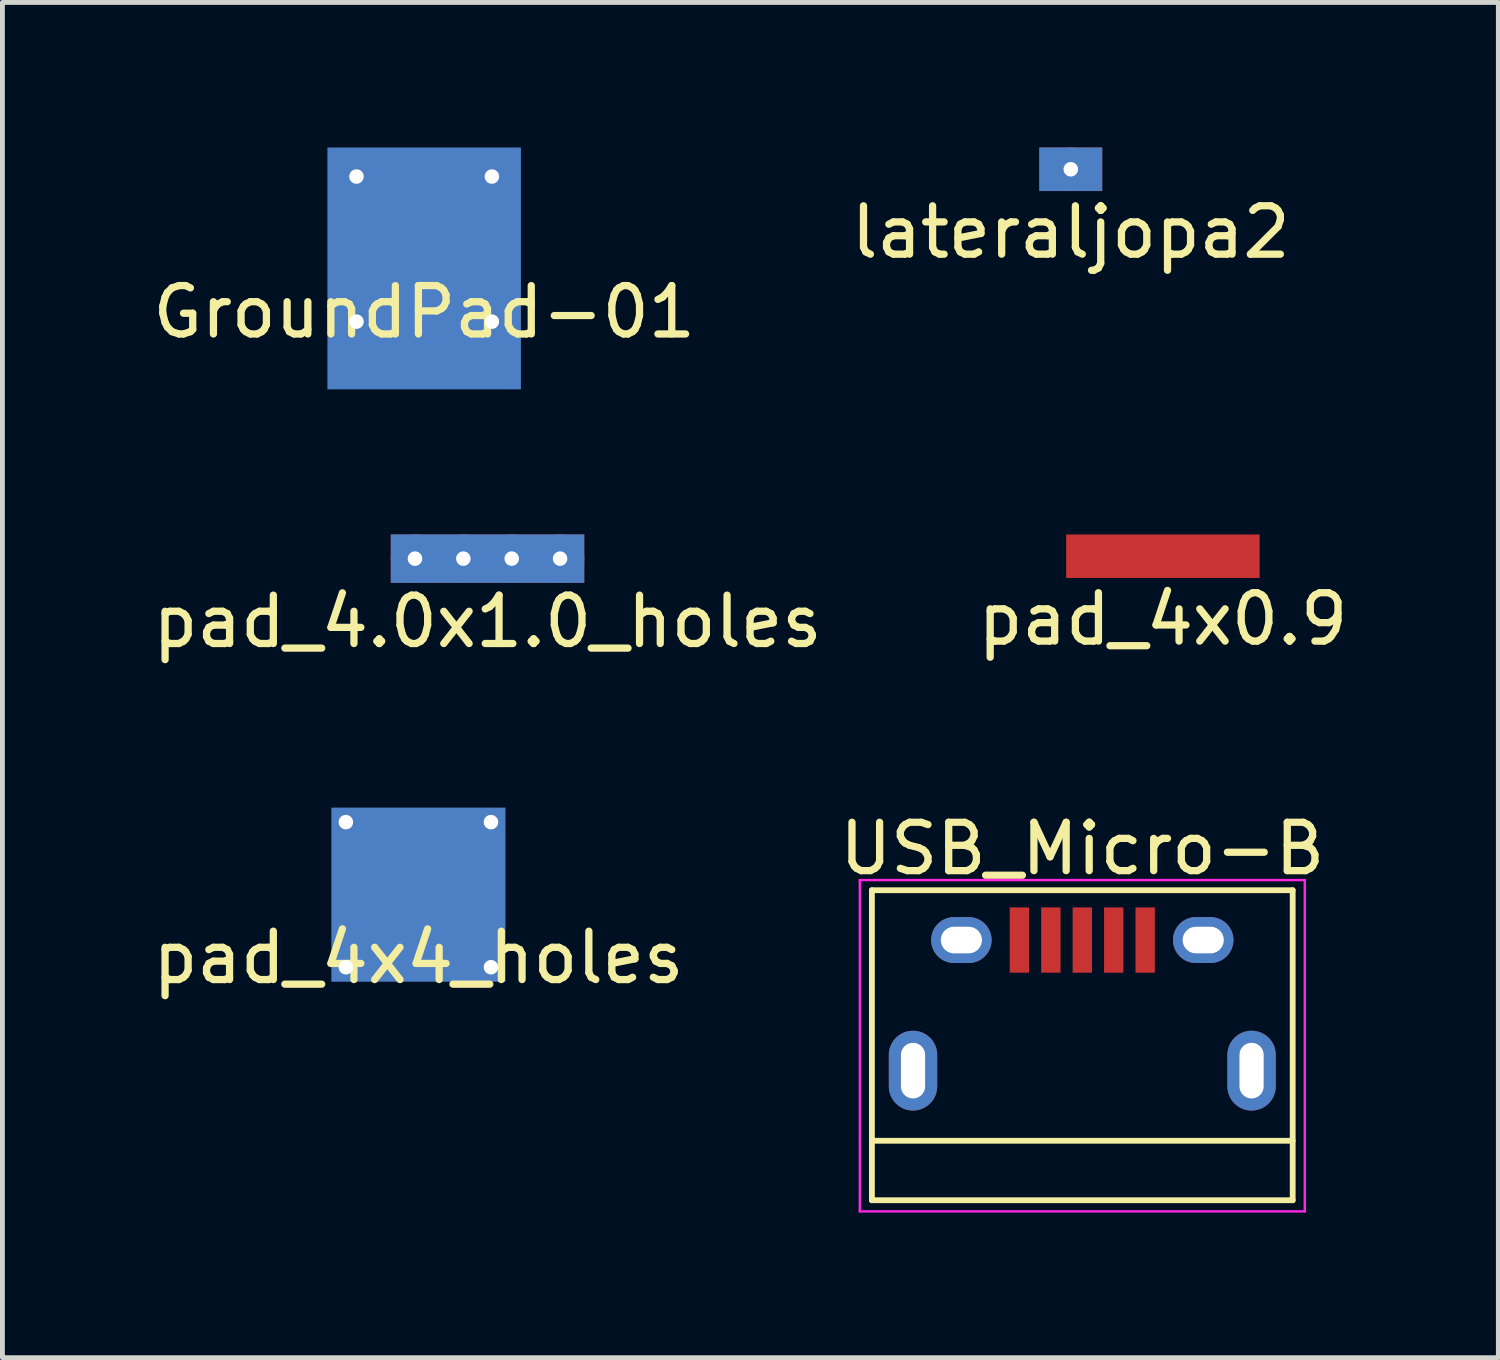
<source format=kicad_pcb>
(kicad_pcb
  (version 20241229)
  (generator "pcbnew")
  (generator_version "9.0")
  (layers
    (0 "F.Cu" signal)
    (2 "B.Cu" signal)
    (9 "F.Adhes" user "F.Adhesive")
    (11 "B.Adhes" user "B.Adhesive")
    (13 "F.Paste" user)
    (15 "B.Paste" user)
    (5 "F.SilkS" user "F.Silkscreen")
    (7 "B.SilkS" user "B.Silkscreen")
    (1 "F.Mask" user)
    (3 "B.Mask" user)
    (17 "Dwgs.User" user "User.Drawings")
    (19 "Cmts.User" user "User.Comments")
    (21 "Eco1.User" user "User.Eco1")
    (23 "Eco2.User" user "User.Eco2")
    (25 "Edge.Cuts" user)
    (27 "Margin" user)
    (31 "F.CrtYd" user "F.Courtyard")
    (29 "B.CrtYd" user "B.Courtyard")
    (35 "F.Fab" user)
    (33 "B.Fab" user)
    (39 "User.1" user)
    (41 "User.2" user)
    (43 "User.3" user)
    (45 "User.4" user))
  (footprint "GroundPad-01"
    (layer "F.Cu")
    (at 5.72 2.1)
    (property "Reference" "GroundPad-01" (at 0 1.3 0) (layer "F.SilkS") (effects (font (size 1 1) (thickness 0.15))))
    (attr through_hole)
    (pad "1" smd rect (at 0 0.4) (size 4 5) (layers "B.Cu" "B.Mask" "B.Paste"))
    (pad "2" thru_hole circle (at -1.4 -1.5) (size 1 1) (drill 0.3) (layers "*.Cu"))
    (pad "3" thru_hole circle (at 1.4 -1.5) (size 1 1) (drill 0.3) (layers "*.Cu"))
    (pad "4" thru_hole circle (at -1.4 1.5) (size 1 1) (drill 0.3) (layers "*.Cu"))
    (pad "5" thru_hole circle (at 1.4 1.5) (size 1 1) (drill 0.3) (layers "*.Cu")))
  (footprint "pad_4x4_holes"
    (layer "F.Cu")
    (at 5.601 15.448)
    (property "Reference" "pad_4x4_holes" (at 0 1.3 0) (layer "F.SilkS") (effects (font (size 1 1) (thickness 0.15))))
    (attr through_hole)
    (pad "2" smd rect (at 0 0) (size 3.6 3.6) (layers "F.Mask" "B.Cu" "F.Paste"))
    (pad "3" thru_hole circle (at -1.5 -1.5) (size 0.4 0.4) (drill 0.3) (layers "*.Cu" "*.Mask"))
    (pad "4" thru_hole circle (at 1.5 -1.5) (size 0.4 0.4) (drill 0.3) (layers "*.Cu" "*.Mask"))
    (pad "5" thru_hole circle (at -1.5 1.5) (size 0.4 0.4) (drill 0.3) (layers "*.Cu" "*.Mask"))
    (pad "6" thru_hole circle (at 1.5 1.5) (size 0.4 0.4) (drill 0.3) (layers "*.Cu" "*.Mask")))
  (footprint "lateraljopa2"
    (layer "F.Cu")
    (at 19.089 0.45)
    (property "Reference" "lateraljopa2" (at 0 1.3 0) (layer "F.SilkS") (effects (font (size 1 1) (thickness 0.15))))
    (attr through_hole)
    (pad "1" smd rect (at 0 0) (size 1.3 0.9) (layers "F.Cu" "F.Mask" "F.Paste"))
    (pad "2" smd rect (at 0 0) (size 1.3 0.9) (layers "B.Cu" "B.Mask" "F.Paste"))
    (pad "3" thru_hole circle (at 0 0) (size 0.9 0.9) (drill 0.3) (layers "*.Cu" "*.Mask")))
  (footprint "USB_Micro-B"
    (layer "F.Cu")
    (at 19.327 17.736)
    (property "Reference" "USB_Micro-B" (at 0 -3.24 0) (layer "F.SilkS") (effects (font (size 1 1) (thickness 0.15))))
    (attr smd)
    (fp_line (start -4.35 -2.38) (end 4.35 -2.38) (stroke (width 0.12) (type solid)) (layer "F.SilkS"))
    (fp_line (start -4.35 4.03) (end -4.35 -2.38) (stroke (width 0.12) (type solid)) (layer "F.SilkS"))
    (fp_line (start -4.35 4.03) (end 4.35 4.03) (stroke (width 0.12) (type solid)) (layer "F.SilkS"))
    (fp_line (start 4.35 -2.38) (end 4.35 4.03) (stroke (width 0.12) (type solid)) (layer "F.SilkS"))
    (fp_line (start 4.35 2.8) (end -4.35 2.8) (stroke (width 0.12) (type solid)) (layer "F.SilkS"))
    (fp_line (start -4.6 -2.59) (end 4.6 -2.59) (stroke (width 0.05) (type solid)) (layer "F.CrtYd"))
    (fp_line (start -4.6 4.26) (end -4.6 -2.59) (stroke (width 0.05) (type solid)) (layer "F.CrtYd"))
    (fp_line (start 4.6 -2.59) (end 4.6 4.26) (stroke (width 0.05) (type solid)) (layer "F.CrtYd"))
    (fp_line (start 4.6 4.26) (end -4.6 4.26) (stroke (width 0.05) (type solid)) (layer "F.CrtYd"))
    (pad "1" smd rect (at -1.3 -1.35 90) (size 1.35 0.4) (layers "F.Cu" "F.Mask" "F.Paste"))
    (pad "2" smd rect (at -0.65 -1.35 90) (size 1.35 0.4) (layers "F.Cu" "F.Mask" "F.Paste"))
    (pad "3" smd rect (at 0 -1.35 90) (size 1.35 0.4) (layers "F.Cu" "F.Mask" "F.Paste"))
    (pad "4" smd rect (at 0.65 -1.35 90) (size 1.35 0.4) (layers "F.Cu" "F.Mask" "F.Paste"))
    (pad "5" smd rect (at 1.3 -1.35 90) (size 1.35 0.4) (layers "F.Cu" "F.Mask" "F.Paste"))
    (pad "6" thru_hole oval (at -3.5 1.35 90) (size 1.65 1) (drill oval 1.15 0.5) (layers "*.Cu" "*.Mask"))
    (pad "6" thru_hole oval (at -2.5 -1.35 90) (size 0.95 1.25) (drill oval 0.55 0.85) (layers "*.Cu" "*.Mask"))
    (pad "6" thru_hole oval (at 2.5 -1.35 90) (size 0.95 1.25) (drill oval 0.55 0.85) (layers "*.Cu" "*.Mask"))
    (pad "6" thru_hole oval (at 3.5 1.35 90) (size 1.65 1) (drill oval 1.15 0.5) (layers "*.Cu" "*.Mask")))
  (footprint "pad_4x0.9"
    (layer "F.Cu")
    (at 20.994 8.45)
    (property "Reference" "pad_4x0.9" (at 0 1.3 0) (layer "F.SilkS") (effects (font (size 1 1) (thickness 0.15))))
    (attr through_hole)
    (pad "1" smd rect (at 0 0) (size 4 0.9) (layers "F.Cu" "F.Mask" "F.Paste")))
  (footprint "pad_4.0x1.0_holes"
    (layer "F.Cu")
    (at 7.03 8.5)
    (property "Reference" "pad_4.0x1.0_holes" (at 0 1.3 0) (layer "F.SilkS") (effects (font (size 1 1) (thickness 0.15))))
    (attr through_hole)
    (pad "1" smd rect (at 0 0) (size 4 1) (layers "F.Cu" "F.Mask" "F.Paste"))
    (pad "2" smd rect (at 0 0) (size 4 1) (layers "F.Mask" "B.Cu" "F.Paste"))
    (pad "3" thru_hole circle (at 1.5 0) (size 1 1) (drill 0.3) (layers "*.Cu" "*.Mask"))
    (pad "4" thru_hole circle (at 0.5 0) (size 1 1) (drill 0.3) (layers "*.Cu" "*.Mask"))
    (pad "5" thru_hole circle (at -0.5 0) (size 1 1) (drill 0.3) (layers "*.Cu" "*.Mask"))
    (pad "6" thru_hole circle (at -1.5 0) (size 1 1) (drill 0.3) (layers "*.Cu" "*.Mask")))
  (gr_rect
    (start -3 -3)
    (end 27.929 25.021)
    (stroke (width 0.1) (type default))
    (fill no)
    (layer "Edge.Cuts")))
</source>
